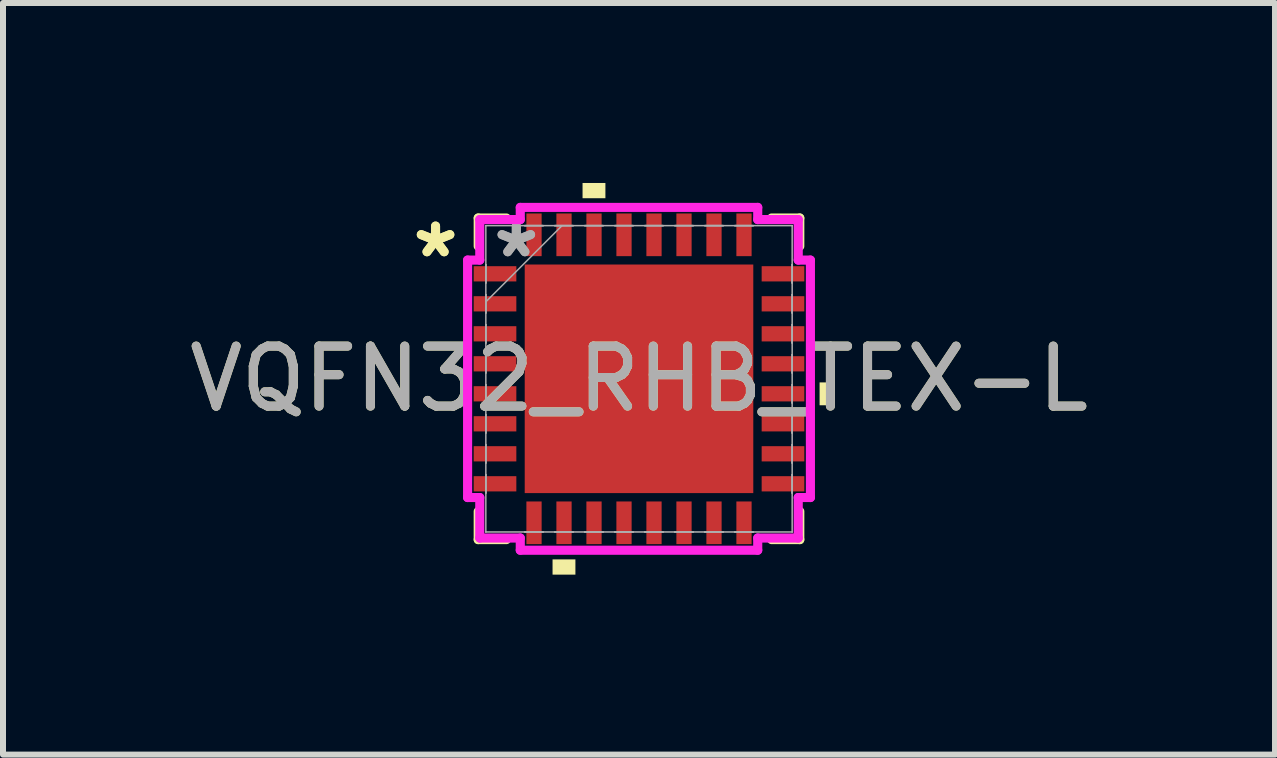
<source format=kicad_pcb>
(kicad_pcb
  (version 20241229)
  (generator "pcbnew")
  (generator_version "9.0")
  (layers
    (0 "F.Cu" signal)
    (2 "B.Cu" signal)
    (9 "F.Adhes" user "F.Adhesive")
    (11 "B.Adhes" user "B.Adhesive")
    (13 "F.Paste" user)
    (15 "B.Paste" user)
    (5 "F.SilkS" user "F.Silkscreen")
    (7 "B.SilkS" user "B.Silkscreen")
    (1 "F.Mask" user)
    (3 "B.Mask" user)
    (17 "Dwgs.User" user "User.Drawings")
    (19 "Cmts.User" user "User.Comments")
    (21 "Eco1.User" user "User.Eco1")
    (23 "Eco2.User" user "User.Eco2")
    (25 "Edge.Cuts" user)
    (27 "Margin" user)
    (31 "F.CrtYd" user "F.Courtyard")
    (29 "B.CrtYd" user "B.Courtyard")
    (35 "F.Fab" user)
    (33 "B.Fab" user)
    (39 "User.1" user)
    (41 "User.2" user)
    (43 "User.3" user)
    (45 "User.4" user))
  (footprint "VQFN32_RHB_TEX-L"
    (layer "F.Cu")
    (at 7.601 3.264)
    (property "Reference" "VQFN32_RHB_TEX-L" (at 0 0 0) (unlocked yes) (layer "F.SilkS") (effects (font (size 1 1) (thickness 0.15))))
    (attr smd)
    (fp_line (start -2.68 -2.68) (end -2.68 -2.21) (stroke (width 0.152) (type solid)) (layer "F.SilkS"))
    (fp_line (start -2.68 2.21) (end -2.68 2.68) (stroke (width 0.152) (type solid)) (layer "F.SilkS"))
    (fp_line (start -2.68 2.68) (end -2.21 2.68) (stroke (width 0.152) (type solid)) (layer "F.SilkS"))
    (fp_line (start -2.21 -2.68) (end -2.68 -2.68) (stroke (width 0.152) (type solid)) (layer "F.SilkS"))
    (fp_line (start 2.21 2.68) (end 2.68 2.68) (stroke (width 0.152) (type solid)) (layer "F.SilkS"))
    (fp_line (start 2.68 -2.68) (end 2.21 -2.68) (stroke (width 0.152) (type solid)) (layer "F.SilkS"))
    (fp_line (start 2.68 -2.21) (end 2.68 -2.68) (stroke (width 0.152) (type solid)) (layer "F.SilkS"))
    (fp_line (start 2.68 2.68) (end 2.68 2.21) (stroke (width 0.152) (type solid)) (layer "F.SilkS"))
    (fp_poly (pts (xy -1.441 3.01) (xy -1.441 3.264) (xy -1.06 3.264) (xy -1.06 3.01)) (stroke (width 0) (type solid)) (fill yes) (layer "F.SilkS"))
    (fp_poly (pts (xy -0.941 -3.01) (xy -0.941 -3.264) (xy -0.56 -3.264) (xy -0.56 -3.01)) (stroke (width 0) (type solid)) (fill yes) (layer "F.SilkS"))
    (fp_poly (pts (xy 3.264 0.06) (xy 3.264 0.441) (xy 3.01 0.441) (xy 3.01 0.06)) (stroke (width 0) (type solid)) (fill yes) (layer "F.SilkS"))
    (fp_poly (pts (xy -1.805 -1.805) (xy -1.805 -0.735) (xy -0.735 -0.735) (xy -0.735 -1.805)) (stroke (width 0) (type solid)) (fill yes) (layer "F.Paste"))
    (fp_poly (pts (xy -1.805 -0.535) (xy -1.805 0.535) (xy -0.735 0.535) (xy -0.735 -0.535)) (stroke (width 0) (type solid)) (fill yes) (layer "F.Paste"))
    (fp_poly (pts (xy -1.805 0.735) (xy -1.805 1.805) (xy -0.735 1.805) (xy -0.735 0.735)) (stroke (width 0) (type solid)) (fill yes) (layer "F.Paste"))
    (fp_poly (pts (xy -0.535 -1.805) (xy -0.535 -0.735) (xy 0.535 -0.735) (xy 0.535 -1.805)) (stroke (width 0) (type solid)) (fill yes) (layer "F.Paste"))
    (fp_poly (pts (xy -0.535 -0.535) (xy -0.535 0.535) (xy 0.535 0.535) (xy 0.535 -0.535)) (stroke (width 0) (type solid)) (fill yes) (layer "F.Paste"))
    (fp_poly (pts (xy -0.535 0.735) (xy -0.535 1.805) (xy 0.535 1.805) (xy 0.535 0.735)) (stroke (width 0) (type solid)) (fill yes) (layer "F.Paste"))
    (fp_poly (pts (xy 0.735 -1.805) (xy 0.735 -0.735) (xy 1.805 -0.735) (xy 1.805 -1.805)) (stroke (width 0) (type solid)) (fill yes) (layer "F.Paste"))
    (fp_poly (pts (xy 0.735 -0.535) (xy 0.735 0.535) (xy 1.805 0.535) (xy 1.805 -0.535)) (stroke (width 0) (type solid)) (fill yes) (layer "F.Paste"))
    (fp_poly (pts (xy 0.735 0.735) (xy 0.735 1.805) (xy 1.805 1.805) (xy 1.805 0.735)) (stroke (width 0) (type solid)) (fill yes) (layer "F.Paste"))
    (fp_line (start -2.857 -1.979) (end -2.654 -1.979) (stroke (width 0.152) (type solid)) (layer "F.CrtYd"))
    (fp_line (start -2.857 1.979) (end -2.857 -1.979) (stroke (width 0.152) (type solid)) (layer "F.CrtYd"))
    (fp_line (start -2.654 -2.654) (end -1.979 -2.654) (stroke (width 0.152) (type solid)) (layer "F.CrtYd"))
    (fp_line (start -2.654 -1.979) (end -2.654 -2.654) (stroke (width 0.152) (type solid)) (layer "F.CrtYd"))
    (fp_line (start -2.654 1.979) (end -2.857 1.979) (stroke (width 0.152) (type solid)) (layer "F.CrtYd"))
    (fp_line (start -2.654 2.654) (end -2.654 1.979) (stroke (width 0.152) (type solid)) (layer "F.CrtYd"))
    (fp_line (start -1.979 -2.857) (end 1.979 -2.857) (stroke (width 0.152) (type solid)) (layer "F.CrtYd"))
    (fp_line (start -1.979 -2.654) (end -1.979 -2.857) (stroke (width 0.152) (type solid)) (layer "F.CrtYd"))
    (fp_line (start -1.979 2.654) (end -2.654 2.654) (stroke (width 0.152) (type solid)) (layer "F.CrtYd"))
    (fp_line (start -1.979 2.857) (end -1.979 2.654) (stroke (width 0.152) (type solid)) (layer "F.CrtYd"))
    (fp_line (start 1.979 -2.857) (end 1.979 -2.654) (stroke (width 0.152) (type solid)) (layer "F.CrtYd"))
    (fp_line (start 1.979 -2.654) (end 2.654 -2.654) (stroke (width 0.152) (type solid)) (layer "F.CrtYd"))
    (fp_line (start 1.979 2.654) (end 1.979 2.857) (stroke (width 0.152) (type solid)) (layer "F.CrtYd"))
    (fp_line (start 1.979 2.857) (end -1.979 2.857) (stroke (width 0.152) (type solid)) (layer "F.CrtYd"))
    (fp_line (start 2.654 -2.654) (end 2.654 -1.979) (stroke (width 0.152) (type solid)) (layer "F.CrtYd"))
    (fp_line (start 2.654 -1.979) (end 2.857 -1.979) (stroke (width 0.152) (type solid)) (layer "F.CrtYd"))
    (fp_line (start 2.654 1.979) (end 2.654 2.654) (stroke (width 0.152) (type solid)) (layer "F.CrtYd"))
    (fp_line (start 2.654 2.654) (end 1.979 2.654) (stroke (width 0.152) (type solid)) (layer "F.CrtYd"))
    (fp_line (start 2.857 -1.979) (end 2.857 1.979) (stroke (width 0.152) (type solid)) (layer "F.CrtYd"))
    (fp_line (start 2.857 1.979) (end 2.654 1.979) (stroke (width 0.152) (type solid)) (layer "F.CrtYd"))
    (fp_line (start -2.553 -2.553) (end -2.553 -2.553) (stroke (width 0.025) (type solid)) (layer "F.Fab"))
    (fp_line (start -2.553 -2.553) (end -2.553 2.553) (stroke (width 0.025) (type solid)) (layer "F.Fab"))
    (fp_line (start -2.553 -1.903) (end -2.553 -1.903) (stroke (width 0.025) (type solid)) (layer "F.Fab"))
    (fp_line (start -2.553 -1.903) (end -2.553 -1.598) (stroke (width 0.025) (type solid)) (layer "F.Fab"))
    (fp_line (start -2.553 -1.598) (end -2.553 -1.903) (stroke (width 0.025) (type solid)) (layer "F.Fab"))
    (fp_line (start -2.553 -1.598) (end -2.553 -1.598) (stroke (width 0.025) (type solid)) (layer "F.Fab"))
    (fp_line (start -2.553 -1.403) (end -2.553 -1.403) (stroke (width 0.025) (type solid)) (layer "F.Fab"))
    (fp_line (start -2.553 -1.403) (end -2.553 -1.098) (stroke (width 0.025) (type solid)) (layer "F.Fab"))
    (fp_line (start -2.553 -1.283) (end -1.283 -2.553) (stroke (width 0.025) (type solid)) (layer "F.Fab"))
    (fp_line (start -2.553 -1.098) (end -2.553 -1.403) (stroke (width 0.025) (type solid)) (layer "F.Fab"))
    (fp_line (start -2.553 -1.098) (end -2.553 -1.098) (stroke (width 0.025) (type solid)) (layer "F.Fab"))
    (fp_line (start -2.553 -0.903) (end -2.553 -0.903) (stroke (width 0.025) (type solid)) (layer "F.Fab"))
    (fp_line (start -2.553 -0.903) (end -2.553 -0.598) (stroke (width 0.025) (type solid)) (layer "F.Fab"))
    (fp_line (start -2.553 -0.598) (end -2.553 -0.903) (stroke (width 0.025) (type solid)) (layer "F.Fab"))
    (fp_line (start -2.553 -0.598) (end -2.553 -0.598) (stroke (width 0.025) (type solid)) (layer "F.Fab"))
    (fp_line (start -2.553 -0.402) (end -2.553 -0.402) (stroke (width 0.025) (type solid)) (layer "F.Fab"))
    (fp_line (start -2.553 -0.402) (end -2.553 -0.098) (stroke (width 0.025) (type solid)) (layer "F.Fab"))
    (fp_line (start -2.553 -0.098) (end -2.553 -0.402) (stroke (width 0.025) (type solid)) (layer "F.Fab"))
    (fp_line (start -2.553 -0.098) (end -2.553 -0.098) (stroke (width 0.025) (type solid)) (layer "F.Fab"))
    (fp_line (start -2.553 0.098) (end -2.553 0.098) (stroke (width 0.025) (type solid)) (layer "F.Fab"))
    (fp_line (start -2.553 0.098) (end -2.553 0.402) (stroke (width 0.025) (type solid)) (layer "F.Fab"))
    (fp_line (start -2.553 0.402) (end -2.553 0.098) (stroke (width 0.025) (type solid)) (layer "F.Fab"))
    (fp_line (start -2.553 0.402) (end -2.553 0.402) (stroke (width 0.025) (type solid)) (layer "F.Fab"))
    (fp_line (start -2.553 0.598) (end -2.553 0.598) (stroke (width 0.025) (type solid)) (layer "F.Fab"))
    (fp_line (start -2.553 0.598) (end -2.553 0.903) (stroke (width 0.025) (type solid)) (layer "F.Fab"))
    (fp_line (start -2.553 0.903) (end -2.553 0.598) (stroke (width 0.025) (type solid)) (layer "F.Fab"))
    (fp_line (start -2.553 0.903) (end -2.553 0.903) (stroke (width 0.025) (type solid)) (layer "F.Fab"))
    (fp_line (start -2.553 1.098) (end -2.553 1.098) (stroke (width 0.025) (type solid)) (layer "F.Fab"))
    (fp_line (start -2.553 1.098) (end -2.553 1.403) (stroke (width 0.025) (type solid)) (layer "F.Fab"))
    (fp_line (start -2.553 1.403) (end -2.553 1.098) (stroke (width 0.025) (type solid)) (layer "F.Fab"))
    (fp_line (start -2.553 1.403) (end -2.553 1.403) (stroke (width 0.025) (type solid)) (layer "F.Fab"))
    (fp_line (start -2.553 1.598) (end -2.553 1.598) (stroke (width 0.025) (type solid)) (layer "F.Fab"))
    (fp_line (start -2.553 1.598) (end -2.553 1.903) (stroke (width 0.025) (type solid)) (layer "F.Fab"))
    (fp_line (start -2.553 1.903) (end -2.553 1.598) (stroke (width 0.025) (type solid)) (layer "F.Fab"))
    (fp_line (start -2.553 1.903) (end -2.553 1.903) (stroke (width 0.025) (type solid)) (layer "F.Fab"))
    (fp_line (start -2.553 2.553) (end -2.553 2.553) (stroke (width 0.025) (type solid)) (layer "F.Fab"))
    (fp_line (start -2.553 2.553) (end 2.553 2.553) (stroke (width 0.025) (type solid)) (layer "F.Fab"))
    (fp_line (start -1.903 -2.553) (end -1.903 -2.553) (stroke (width 0.025) (type solid)) (layer "F.Fab"))
    (fp_line (start -1.903 -2.553) (end -1.598 -2.553) (stroke (width 0.025) (type solid)) (layer "F.Fab"))
    (fp_line (start -1.903 2.553) (end -1.903 2.553) (stroke (width 0.025) (type solid)) (layer "F.Fab"))
    (fp_line (start -1.903 2.553) (end -1.598 2.553) (stroke (width 0.025) (type solid)) (layer "F.Fab"))
    (fp_line (start -1.598 -2.553) (end -1.903 -2.553) (stroke (width 0.025) (type solid)) (layer "F.Fab"))
    (fp_line (start -1.598 -2.553) (end -1.598 -2.553) (stroke (width 0.025) (type solid)) (layer "F.Fab"))
    (fp_line (start -1.598 2.553) (end -1.903 2.553) (stroke (width 0.025) (type solid)) (layer "F.Fab"))
    (fp_line (start -1.598 2.553) (end -1.598 2.553) (stroke (width 0.025) (type solid)) (layer "F.Fab"))
    (fp_line (start -1.403 -2.553) (end -1.403 -2.553) (stroke (width 0.025) (type solid)) (layer "F.Fab"))
    (fp_line (start -1.403 -2.553) (end -1.098 -2.553) (stroke (width 0.025) (type solid)) (layer "F.Fab"))
    (fp_line (start -1.403 2.553) (end -1.403 2.553) (stroke (width 0.025) (type solid)) (layer "F.Fab"))
    (fp_line (start -1.403 2.553) (end -1.098 2.553) (stroke (width 0.025) (type solid)) (layer "F.Fab"))
    (fp_line (start -1.098 -2.553) (end -1.403 -2.553) (stroke (width 0.025) (type solid)) (layer "F.Fab"))
    (fp_line (start -1.098 -2.553) (end -1.098 -2.553) (stroke (width 0.025) (type solid)) (layer "F.Fab"))
    (fp_line (start -1.098 2.553) (end -1.403 2.553) (stroke (width 0.025) (type solid)) (layer "F.Fab"))
    (fp_line (start -1.098 2.553) (end -1.098 2.553) (stroke (width 0.025) (type solid)) (layer "F.Fab"))
    (fp_line (start -0.903 -2.553) (end -0.903 -2.553) (stroke (width 0.025) (type solid)) (layer "F.Fab"))
    (fp_line (start -0.903 -2.553) (end -0.598 -2.553) (stroke (width 0.025) (type solid)) (layer "F.Fab"))
    (fp_line (start -0.903 2.553) (end -0.903 2.553) (stroke (width 0.025) (type solid)) (layer "F.Fab"))
    (fp_line (start -0.903 2.553) (end -0.598 2.553) (stroke (width 0.025) (type solid)) (layer "F.Fab"))
    (fp_line (start -0.598 -2.553) (end -0.903 -2.553) (stroke (width 0.025) (type solid)) (layer "F.Fab"))
    (fp_line (start -0.598 -2.553) (end -0.598 -2.553) (stroke (width 0.025) (type solid)) (layer "F.Fab"))
    (fp_line (start -0.598 2.553) (end -0.903 2.553) (stroke (width 0.025) (type solid)) (layer "F.Fab"))
    (fp_line (start -0.598 2.553) (end -0.598 2.553) (stroke (width 0.025) (type solid)) (layer "F.Fab"))
    (fp_line (start -0.402 -2.553) (end -0.402 -2.553) (stroke (width 0.025) (type solid)) (layer "F.Fab"))
    (fp_line (start -0.402 -2.553) (end -0.098 -2.553) (stroke (width 0.025) (type solid)) (layer "F.Fab"))
    (fp_line (start -0.402 2.553) (end -0.402 2.553) (stroke (width 0.025) (type solid)) (layer "F.Fab"))
    (fp_line (start -0.402 2.553) (end -0.098 2.553) (stroke (width 0.025) (type solid)) (layer "F.Fab"))
    (fp_line (start -0.098 -2.553) (end -0.402 -2.553) (stroke (width 0.025) (type solid)) (layer "F.Fab"))
    (fp_line (start -0.098 -2.553) (end -0.098 -2.553) (stroke (width 0.025) (type solid)) (layer "F.Fab"))
    (fp_line (start -0.098 2.553) (end -0.402 2.553) (stroke (width 0.025) (type solid)) (layer "F.Fab"))
    (fp_line (start -0.098 2.553) (end -0.098 2.553) (stroke (width 0.025) (type solid)) (layer "F.Fab"))
    (fp_line (start 0.098 -2.553) (end 0.098 -2.553) (stroke (width 0.025) (type solid)) (layer "F.Fab"))
    (fp_line (start 0.098 -2.553) (end 0.402 -2.553) (stroke (width 0.025) (type solid)) (layer "F.Fab"))
    (fp_line (start 0.098 2.553) (end 0.098 2.553) (stroke (width 0.025) (type solid)) (layer "F.Fab"))
    (fp_line (start 0.098 2.553) (end 0.402 2.553) (stroke (width 0.025) (type solid)) (layer "F.Fab"))
    (fp_line (start 0.402 -2.553) (end 0.098 -2.553) (stroke (width 0.025) (type solid)) (layer "F.Fab"))
    (fp_line (start 0.402 -2.553) (end 0.402 -2.553) (stroke (width 0.025) (type solid)) (layer "F.Fab"))
    (fp_line (start 0.402 2.553) (end 0.098 2.553) (stroke (width 0.025) (type solid)) (layer "F.Fab"))
    (fp_line (start 0.402 2.553) (end 0.402 2.553) (stroke (width 0.025) (type solid)) (layer "F.Fab"))
    (fp_line (start 0.598 -2.553) (end 0.598 -2.553) (stroke (width 0.025) (type solid)) (layer "F.Fab"))
    (fp_line (start 0.598 -2.553) (end 0.903 -2.553) (stroke (width 0.025) (type solid)) (layer "F.Fab"))
    (fp_line (start 0.598 2.553) (end 0.598 2.553) (stroke (width 0.025) (type solid)) (layer "F.Fab"))
    (fp_line (start 0.598 2.553) (end 0.903 2.553) (stroke (width 0.025) (type solid)) (layer "F.Fab"))
    (fp_line (start 0.903 -2.553) (end 0.598 -2.553) (stroke (width 0.025) (type solid)) (layer "F.Fab"))
    (fp_line (start 0.903 -2.553) (end 0.903 -2.553) (stroke (width 0.025) (type solid)) (layer "F.Fab"))
    (fp_line (start 0.903 2.553) (end 0.598 2.553) (stroke (width 0.025) (type solid)) (layer "F.Fab"))
    (fp_line (start 0.903 2.553) (end 0.903 2.553) (stroke (width 0.025) (type solid)) (layer "F.Fab"))
    (fp_line (start 1.098 -2.553) (end 1.098 -2.553) (stroke (width 0.025) (type solid)) (layer "F.Fab"))
    (fp_line (start 1.098 -2.553) (end 1.403 -2.553) (stroke (width 0.025) (type solid)) (layer "F.Fab"))
    (fp_line (start 1.098 2.553) (end 1.098 2.553) (stroke (width 0.025) (type solid)) (layer "F.Fab"))
    (fp_line (start 1.098 2.553) (end 1.403 2.553) (stroke (width 0.025) (type solid)) (layer "F.Fab"))
    (fp_line (start 1.403 -2.553) (end 1.098 -2.553) (stroke (width 0.025) (type solid)) (layer "F.Fab"))
    (fp_line (start 1.403 -2.553) (end 1.403 -2.553) (stroke (width 0.025) (type solid)) (layer "F.Fab"))
    (fp_line (start 1.403 2.553) (end 1.098 2.553) (stroke (width 0.025) (type solid)) (layer "F.Fab"))
    (fp_line (start 1.403 2.553) (end 1.403 2.553) (stroke (width 0.025) (type solid)) (layer "F.Fab"))
    (fp_line (start 1.598 -2.553) (end 1.598 -2.553) (stroke (width 0.025) (type solid)) (layer "F.Fab"))
    (fp_line (start 1.598 -2.553) (end 1.903 -2.553) (stroke (width 0.025) (type solid)) (layer "F.Fab"))
    (fp_line (start 1.598 2.553) (end 1.598 2.553) (stroke (width 0.025) (type solid)) (layer "F.Fab"))
    (fp_line (start 1.598 2.553) (end 1.903 2.553) (stroke (width 0.025) (type solid)) (layer "F.Fab"))
    (fp_line (start 1.903 -2.553) (end 1.598 -2.553) (stroke (width 0.025) (type solid)) (layer "F.Fab"))
    (fp_line (start 1.903 -2.553) (end 1.903 -2.553) (stroke (width 0.025) (type solid)) (layer "F.Fab"))
    (fp_line (start 1.903 2.553) (end 1.598 2.553) (stroke (width 0.025) (type solid)) (layer "F.Fab"))
    (fp_line (start 1.903 2.553) (end 1.903 2.553) (stroke (width 0.025) (type solid)) (layer "F.Fab"))
    (fp_line (start 2.553 -2.553) (end -2.553 -2.553) (stroke (width 0.025) (type solid)) (layer "F.Fab"))
    (fp_line (start 2.553 -2.553) (end 2.553 -2.553) (stroke (width 0.025) (type solid)) (layer "F.Fab"))
    (fp_line (start 2.553 -1.903) (end 2.553 -1.903) (stroke (width 0.025) (type solid)) (layer "F.Fab"))
    (fp_line (start 2.553 -1.903) (end 2.553 -1.598) (stroke (width 0.025) (type solid)) (layer "F.Fab"))
    (fp_line (start 2.553 -1.598) (end 2.553 -1.903) (stroke (width 0.025) (type solid)) (layer "F.Fab"))
    (fp_line (start 2.553 -1.598) (end 2.553 -1.598) (stroke (width 0.025) (type solid)) (layer "F.Fab"))
    (fp_line (start 2.553 -1.403) (end 2.553 -1.403) (stroke (width 0.025) (type solid)) (layer "F.Fab"))
    (fp_line (start 2.553 -1.403) (end 2.553 -1.098) (stroke (width 0.025) (type solid)) (layer "F.Fab"))
    (fp_line (start 2.553 -1.098) (end 2.553 -1.403) (stroke (width 0.025) (type solid)) (layer "F.Fab"))
    (fp_line (start 2.553 -1.098) (end 2.553 -1.098) (stroke (width 0.025) (type solid)) (layer "F.Fab"))
    (fp_line (start 2.553 -0.903) (end 2.553 -0.903) (stroke (width 0.025) (type solid)) (layer "F.Fab"))
    (fp_line (start 2.553 -0.903) (end 2.553 -0.598) (stroke (width 0.025) (type solid)) (layer "F.Fab"))
    (fp_line (start 2.553 -0.598) (end 2.553 -0.903) (stroke (width 0.025) (type solid)) (layer "F.Fab"))
    (fp_line (start 2.553 -0.598) (end 2.553 -0.598) (stroke (width 0.025) (type solid)) (layer "F.Fab"))
    (fp_line (start 2.553 -0.402) (end 2.553 -0.402) (stroke (width 0.025) (type solid)) (layer "F.Fab"))
    (fp_line (start 2.553 -0.402) (end 2.553 -0.098) (stroke (width 0.025) (type solid)) (layer "F.Fab"))
    (fp_line (start 2.553 -0.098) (end 2.553 -0.402) (stroke (width 0.025) (type solid)) (layer "F.Fab"))
    (fp_line (start 2.553 -0.098) (end 2.553 -0.098) (stroke (width 0.025) (type solid)) (layer "F.Fab"))
    (fp_line (start 2.553 0.098) (end 2.553 0.098) (stroke (width 0.025) (type solid)) (layer "F.Fab"))
    (fp_line (start 2.553 0.098) (end 2.553 0.402) (stroke (width 0.025) (type solid)) (layer "F.Fab"))
    (fp_line (start 2.553 0.402) (end 2.553 0.098) (stroke (width 0.025) (type solid)) (layer "F.Fab"))
    (fp_line (start 2.553 0.402) (end 2.553 0.402) (stroke (width 0.025) (type solid)) (layer "F.Fab"))
    (fp_line (start 2.553 0.598) (end 2.553 0.598) (stroke (width 0.025) (type solid)) (layer "F.Fab"))
    (fp_line (start 2.553 0.598) (end 2.553 0.903) (stroke (width 0.025) (type solid)) (layer "F.Fab"))
    (fp_line (start 2.553 0.903) (end 2.553 0.598) (stroke (width 0.025) (type solid)) (layer "F.Fab"))
    (fp_line (start 2.553 0.903) (end 2.553 0.903) (stroke (width 0.025) (type solid)) (layer "F.Fab"))
    (fp_line (start 2.553 1.098) (end 2.553 1.098) (stroke (width 0.025) (type solid)) (layer "F.Fab"))
    (fp_line (start 2.553 1.098) (end 2.553 1.403) (stroke (width 0.025) (type solid)) (layer "F.Fab"))
    (fp_line (start 2.553 1.403) (end 2.553 1.098) (stroke (width 0.025) (type solid)) (layer "F.Fab"))
    (fp_line (start 2.553 1.403) (end 2.553 1.403) (stroke (width 0.025) (type solid)) (layer "F.Fab"))
    (fp_line (start 2.553 1.598) (end 2.553 1.598) (stroke (width 0.025) (type solid)) (layer "F.Fab"))
    (fp_line (start 2.553 1.598) (end 2.553 1.903) (stroke (width 0.025) (type solid)) (layer "F.Fab"))
    (fp_line (start 2.553 1.903) (end 2.553 1.598) (stroke (width 0.025) (type solid)) (layer "F.Fab"))
    (fp_line (start 2.553 1.903) (end 2.553 1.903) (stroke (width 0.025) (type solid)) (layer "F.Fab"))
    (fp_line (start 2.553 2.553) (end 2.553 -2.553) (stroke (width 0.025) (type solid)) (layer "F.Fab"))
    (fp_line (start 2.553 2.553) (end 2.553 2.553) (stroke (width 0.025) (type solid)) (layer "F.Fab"))
    (fp_text user "*" (at -3.391 -2.001 0) (unlocked yes) (layer "F.SilkS") (effects (font (size 1 1) (thickness 0.15))))
    (fp_text user "*" (at -3.391 -2.001 0) (layer "F.SilkS") (effects (font (size 1 1) (thickness 0.15))))
    (fp_text user "${REFERENCE}" (at 0 0 0) (unlocked yes) (layer "F.Fab") (effects (font (size 1 1) (thickness 0.15))))
    (fp_text user "*" (at -2.045 -2.001 0) (layer "F.Fab") (effects (font (size 1 1) (thickness 0.15))))
    (fp_text user "*" (at -2.045 -2.001 0) (unlocked yes) (layer "F.Fab") (effects (font (size 1 1) (thickness 0.15))))
    (pad "1" smd rect (at -2.4 -1.75 90) (size 0.254 0.711) (layers "F.Cu" "F.Mask" "F.Paste"))
    (pad "2" smd rect (at -2.4 -1.25 90) (size 0.254 0.711) (layers "F.Cu" "F.Mask" "F.Paste"))
    (pad "3" smd rect (at -2.4 -0.75 90) (size 0.254 0.711) (layers "F.Cu" "F.Mask" "F.Paste"))
    (pad "4" smd rect (at -2.4 -0.25 90) (size 0.254 0.711) (layers "F.Cu" "F.Mask" "F.Paste"))
    (pad "5" smd rect (at -2.4 0.25 90) (size 0.254 0.711) (layers "F.Cu" "F.Mask" "F.Paste"))
    (pad "6" smd rect (at -2.4 0.75 90) (size 0.254 0.711) (layers "F.Cu" "F.Mask" "F.Paste"))
    (pad "7" smd rect (at -2.4 1.25 90) (size 0.254 0.711) (layers "F.Cu" "F.Mask" "F.Paste"))
    (pad "8" smd rect (at -2.4 1.75 90) (size 0.254 0.711) (layers "F.Cu" "F.Mask" "F.Paste"))
    (pad "9" smd rect (at -1.75 2.4) (size 0.254 0.711) (layers "F.Cu" "F.Mask" "F.Paste"))
    (pad "10" smd rect (at -1.25 2.4) (size 0.254 0.711) (layers "F.Cu" "F.Mask" "F.Paste"))
    (pad "11" smd rect (at -0.75 2.4) (size 0.254 0.711) (layers "F.Cu" "F.Mask" "F.Paste"))
    (pad "12" smd rect (at -0.25 2.4) (size 0.254 0.711) (layers "F.Cu" "F.Mask" "F.Paste"))
    (pad "13" smd rect (at 0.25 2.4) (size 0.254 0.711) (layers "F.Cu" "F.Mask" "F.Paste"))
    (pad "14" smd rect (at 0.75 2.4) (size 0.254 0.711) (layers "F.Cu" "F.Mask" "F.Paste"))
    (pad "15" smd rect (at 1.25 2.4) (size 0.254 0.711) (layers "F.Cu" "F.Mask" "F.Paste"))
    (pad "16" smd rect (at 1.75 2.4) (size 0.254 0.711) (layers "F.Cu" "F.Mask" "F.Paste"))
    (pad "17" smd rect (at 2.4 1.75 90) (size 0.254 0.711) (layers "F.Cu" "F.Mask" "F.Paste"))
    (pad "18" smd rect (at 2.4 1.25 90) (size 0.254 0.711) (layers "F.Cu" "F.Mask" "F.Paste"))
    (pad "19" smd rect (at 2.4 0.75 90) (size 0.254 0.711) (layers "F.Cu" "F.Mask" "F.Paste"))
    (pad "20" smd rect (at 2.4 0.25 90) (size 0.254 0.711) (layers "F.Cu" "F.Mask" "F.Paste"))
    (pad "21" smd rect (at 2.4 -0.25 90) (size 0.254 0.711) (layers "F.Cu" "F.Mask" "F.Paste"))
    (pad "22" smd rect (at 2.4 -0.75 90) (size 0.254 0.711) (layers "F.Cu" "F.Mask" "F.Paste"))
    (pad "23" smd rect (at 2.4 -1.25 90) (size 0.254 0.711) (layers "F.Cu" "F.Mask" "F.Paste"))
    (pad "24" smd rect (at 2.4 -1.75 90) (size 0.254 0.711) (layers "F.Cu" "F.Mask" "F.Paste"))
    (pad "25" smd rect (at 1.75 -2.4) (size 0.254 0.711) (layers "F.Cu" "F.Mask" "F.Paste"))
    (pad "26" smd rect (at 1.25 -2.4) (size 0.254 0.711) (layers "F.Cu" "F.Mask" "F.Paste"))
    (pad "27" smd rect (at 0.75 -2.4) (size 0.254 0.711) (layers "F.Cu" "F.Mask" "F.Paste"))
    (pad "28" smd rect (at 0.25 -2.4) (size 0.254 0.711) (layers "F.Cu" "F.Mask" "F.Paste"))
    (pad "29" smd rect (at -0.25 -2.4) (size 0.254 0.711) (layers "F.Cu" "F.Mask" "F.Paste"))
    (pad "30" smd rect (at -0.75 -2.4) (size 0.254 0.711) (layers "F.Cu" "F.Mask" "F.Paste"))
    (pad "31" smd rect (at -1.25 -2.4) (size 0.254 0.711) (layers "F.Cu" "F.Mask" "F.Paste"))
    (pad "32" smd rect (at -1.75 -2.4) (size 0.254 0.711) (layers "F.Cu" "F.Mask" "F.Paste"))
    (pad "33" smd rect (at 0 0) (size 3.81 3.81) (layers "F.Cu" "F.Mask" "F.Paste")))
  (gr_rect
    (start -3 -3)
    (end 18.202 9.528)
    (stroke (width 0.1) (type default))
    (fill no)
    (layer "Edge.Cuts")))
</source>
